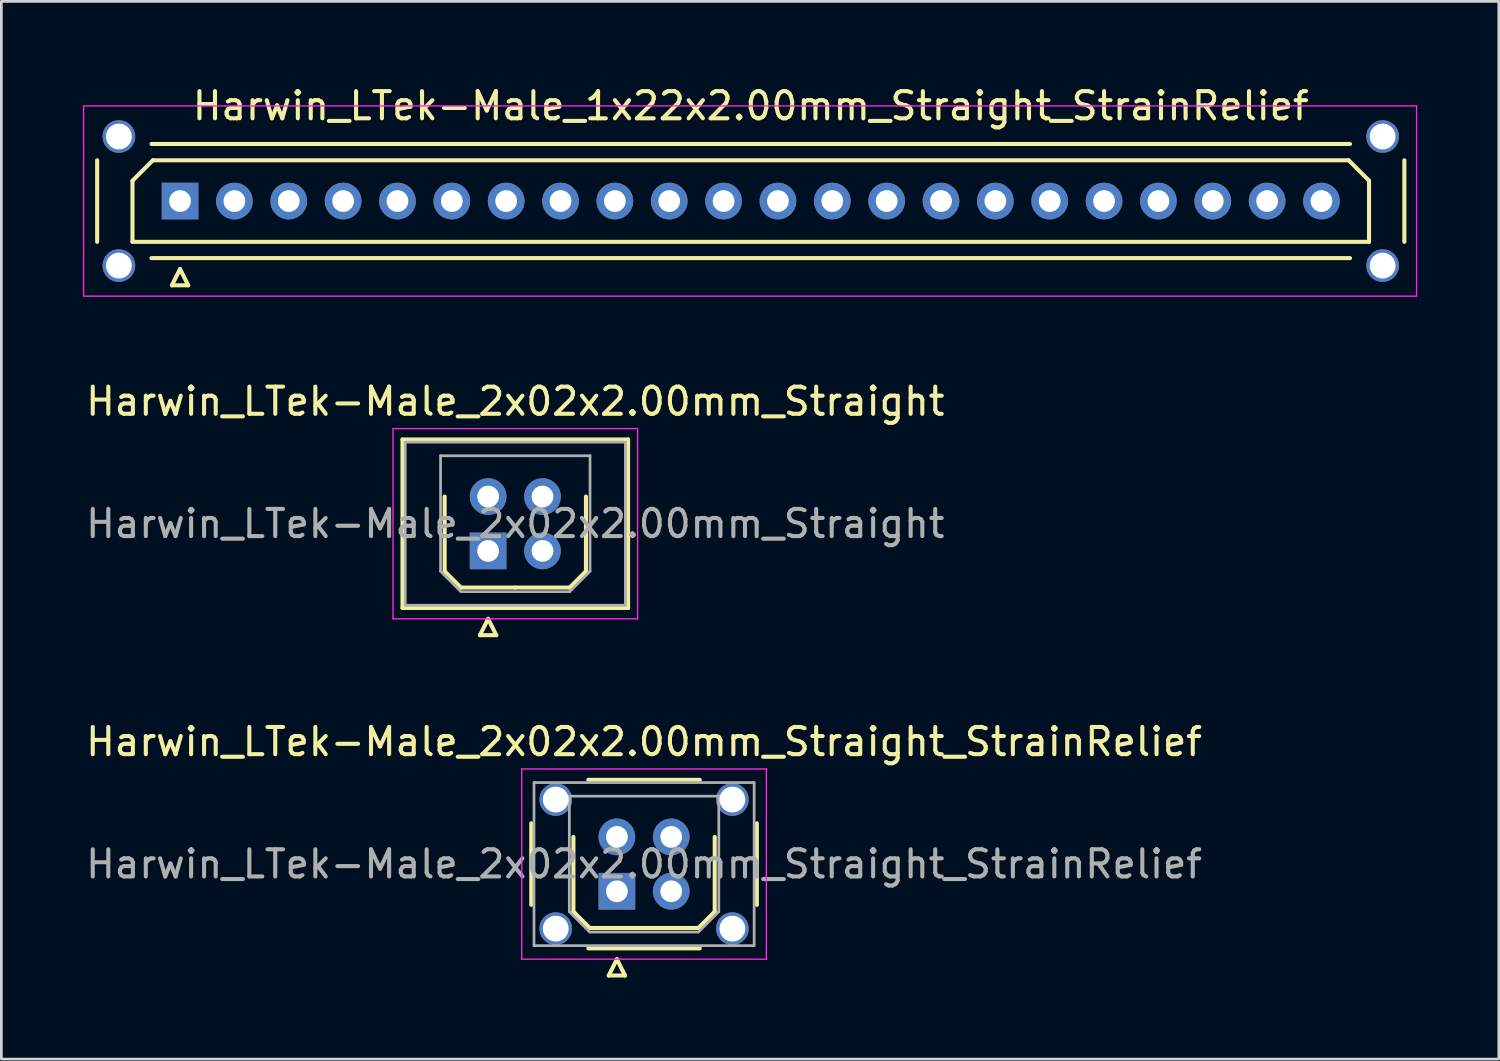
<source format=kicad_pcb>
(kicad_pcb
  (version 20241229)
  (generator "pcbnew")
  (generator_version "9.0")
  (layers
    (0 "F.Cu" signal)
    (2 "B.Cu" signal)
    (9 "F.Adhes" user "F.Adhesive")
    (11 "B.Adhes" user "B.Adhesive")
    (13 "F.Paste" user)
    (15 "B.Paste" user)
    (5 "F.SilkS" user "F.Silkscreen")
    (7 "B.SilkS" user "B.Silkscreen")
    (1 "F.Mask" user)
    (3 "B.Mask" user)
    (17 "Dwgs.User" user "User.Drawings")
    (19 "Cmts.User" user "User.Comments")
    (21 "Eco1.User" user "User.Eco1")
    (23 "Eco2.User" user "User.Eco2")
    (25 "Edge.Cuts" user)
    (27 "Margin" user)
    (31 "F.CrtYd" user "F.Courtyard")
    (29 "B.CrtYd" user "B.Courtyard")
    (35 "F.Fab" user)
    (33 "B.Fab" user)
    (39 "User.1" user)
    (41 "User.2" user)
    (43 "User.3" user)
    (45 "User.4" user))
  (footprint "Harwin_LTek-Male_1x22x2.00mm_Straight_StrainRelief"
    (layer "F.Cu")
    (at 3.575 4.348)
    (property "Reference" "Harwin_LTek-Male_1x22x2.00mm_Straight_StrainRelief" (at 21 -3.5 0) (layer "F.SilkS") (effects (font (size 1 1) (thickness 0.15))))
    (attr through_hole)
    (fp_line (start -3.05 -1.5) (end -3.05 1.5) (stroke (width 0.15) (type solid)) (layer "F.SilkS"))
    (fp_line (start -1.75 -0.75) (end -1 -1.5) (stroke (width 0.15) (type solid)) (layer "F.SilkS"))
    (fp_line (start -1.75 1.5) (end -1.75 -0.75) (stroke (width 0.15) (type solid)) (layer "F.SilkS"))
    (fp_line (start -1.05 -2.1) (end 43.05 -2.1) (stroke (width 0.15) (type solid)) (layer "F.SilkS"))
    (fp_line (start -1.05 2.1) (end 43.05 2.1) (stroke (width 0.15) (type solid)) (layer "F.SilkS"))
    (fp_line (start -1 -1.5) (end 43 -1.5) (stroke (width 0.15) (type solid)) (layer "F.SilkS"))
    (fp_line (start -0.3 3.1) (end 0.3 3.1) (stroke (width 0.15) (type solid)) (layer "F.SilkS"))
    (fp_line (start 0 2.5) (end -0.3 3.1) (stroke (width 0.15) (type solid)) (layer "F.SilkS"))
    (fp_line (start 0.3 3.1) (end 0 2.5) (stroke (width 0.15) (type solid)) (layer "F.SilkS"))
    (fp_line (start 43 -1.5) (end 43.75 -0.75) (stroke (width 0.15) (type solid)) (layer "F.SilkS"))
    (fp_line (start 43.75 -0.75) (end 43.75 1.5) (stroke (width 0.15) (type solid)) (layer "F.SilkS"))
    (fp_line (start 43.75 1.5) (end -1.75 1.5) (stroke (width 0.15) (type solid)) (layer "F.SilkS"))
    (fp_line (start 45.05 -1.5) (end 45.05 1.5) (stroke (width 0.15) (type solid)) (layer "F.SilkS"))
    (fp_line (start -3.55 -3.5) (end -3.55 3.5) (stroke (width 0.05) (type solid)) (layer "F.CrtYd"))
    (fp_line (start -3.55 3.5) (end 45.5 3.5) (stroke (width 0.05) (type solid)) (layer "F.CrtYd"))
    (fp_line (start 45.5 -3.5) (end -3.55 -3.5) (stroke (width 0.05) (type solid)) (layer "F.CrtYd"))
    (fp_line (start 45.5 3.5) (end 45.5 -3.5) (stroke (width 0.05) (type solid)) (layer "F.CrtYd"))
    (pad "" thru_hole circle (at -2.25 -2.375) (size 1.2 1.2) (drill 0.95) (layers "*.Cu" "*.Mask"))
    (pad "" thru_hole circle (at -2.25 2.375) (size 1.2 1.2) (drill 0.95) (layers "*.Cu" "*.Mask"))
    (pad "" thru_hole circle (at 44.25 -2.375) (size 1.2 1.2) (drill 0.95) (layers "*.Cu" "*.Mask"))
    (pad "" thru_hole circle (at 44.25 2.375) (size 1.2 1.2) (drill 0.95) (layers "*.Cu" "*.Mask"))
    (pad "1" thru_hole rect (at 0 0) (size 1.35 1.35) (drill 0.8) (layers "*.Cu" "*.Mask"))
    (pad "2" thru_hole circle (at 2 0) (size 1.35 1.35) (drill 0.8) (layers "*.Cu" "*.Mask"))
    (pad "3" thru_hole circle (at 4 0) (size 1.35 1.35) (drill 0.8) (layers "*.Cu" "*.Mask"))
    (pad "4" thru_hole circle (at 6 0) (size 1.35 1.35) (drill 0.8) (layers "*.Cu" "*.Mask"))
    (pad "5" thru_hole circle (at 8 0) (size 1.35 1.35) (drill 0.8) (layers "*.Cu" "*.Mask"))
    (pad "6" thru_hole circle (at 10 0) (size 1.35 1.35) (drill 0.8) (layers "*.Cu" "*.Mask"))
    (pad "7" thru_hole circle (at 12 0) (size 1.35 1.35) (drill 0.8) (layers "*.Cu" "*.Mask"))
    (pad "8" thru_hole circle (at 14 0) (size 1.35 1.35) (drill 0.8) (layers "*.Cu" "*.Mask"))
    (pad "9" thru_hole circle (at 16 0) (size 1.35 1.35) (drill 0.8) (layers "*.Cu" "*.Mask"))
    (pad "10" thru_hole circle (at 18 0) (size 1.35 1.35) (drill 0.8) (layers "*.Cu" "*.Mask"))
    (pad "11" thru_hole circle (at 20 0) (size 1.35 1.35) (drill 0.8) (layers "*.Cu" "*.Mask"))
    (pad "12" thru_hole circle (at 22 0) (size 1.35 1.35) (drill 0.8) (layers "*.Cu" "*.Mask"))
    (pad "13" thru_hole circle (at 24 0) (size 1.35 1.35) (drill 0.8) (layers "*.Cu" "*.Mask"))
    (pad "14" thru_hole circle (at 26 0) (size 1.35 1.35) (drill 0.8) (layers "*.Cu" "*.Mask"))
    (pad "15" thru_hole circle (at 28 0) (size 1.35 1.35) (drill 0.8) (layers "*.Cu" "*.Mask"))
    (pad "16" thru_hole circle (at 30 0) (size 1.35 1.35) (drill 0.8) (layers "*.Cu" "*.Mask"))
    (pad "17" thru_hole circle (at 32 0) (size 1.35 1.35) (drill 0.8) (layers "*.Cu" "*.Mask"))
    (pad "18" thru_hole circle (at 34 0) (size 1.35 1.35) (drill 0.8) (layers "*.Cu" "*.Mask"))
    (pad "19" thru_hole circle (at 36 0) (size 1.35 1.35) (drill 0.8) (layers "*.Cu" "*.Mask"))
    (pad "20" thru_hole circle (at 38 0) (size 1.35 1.35) (drill 0.8) (layers "*.Cu" "*.Mask"))
    (pad "21" thru_hole circle (at 40 0) (size 1.35 1.35) (drill 0.8) (layers "*.Cu" "*.Mask"))
    (pad "22" thru_hole circle (at 42 0) (size 1.35 1.35) (drill 0.8) (layers "*.Cu" "*.Mask")))
  (footprint "Harwin_LTek-Male_2x02x2.00mm_Straight"
    (layer "F.Cu")
    (at 14.911 17.221)
    (property "Reference" "Harwin_LTek-Male_2x02x2.00mm_Straight" (at 1 -5.5 0) (layer "F.SilkS") (effects (font (size 1 1) (thickness 0.15))))
    (attr through_hole)
    (fp_line (start -3.15 -4.1) (end -3.15 2.1) (stroke (width 0.15) (type solid)) (layer "F.SilkS"))
    (fp_line (start -3.15 2.1) (end 5.15 2.1) (stroke (width 0.15) (type solid)) (layer "F.SilkS"))
    (fp_line (start -1.6 -2) (end -1.6 0.75) (stroke (width 0.15) (type solid)) (layer "F.SilkS"))
    (fp_line (start -1.6 0.75) (end -1 1.35) (stroke (width 0.15) (type solid)) (layer "F.SilkS"))
    (fp_line (start -1 1.35) (end 1 1.35) (stroke (width 0.15) (type solid)) (layer "F.SilkS"))
    (fp_line (start -0.3 3.1) (end 0.3 3.1) (stroke (width 0.15) (type solid)) (layer "F.SilkS"))
    (fp_line (start 0 2.5) (end -0.3 3.1) (stroke (width 0.15) (type solid)) (layer "F.SilkS"))
    (fp_line (start 0.3 3.1) (end 0 2.5) (stroke (width 0.15) (type solid)) (layer "F.SilkS"))
    (fp_line (start 3 1.35) (end 1 1.35) (stroke (width 0.15) (type solid)) (layer "F.SilkS"))
    (fp_line (start 3.6 -2) (end 3.6 0.75) (stroke (width 0.15) (type solid)) (layer "F.SilkS"))
    (fp_line (start 3.6 0.75) (end 3 1.35) (stroke (width 0.15) (type solid)) (layer "F.SilkS"))
    (fp_line (start 5.15 -4.1) (end -3.15 -4.1) (stroke (width 0.15) (type solid)) (layer "F.SilkS"))
    (fp_line (start 5.15 2.1) (end 5.15 -4.1) (stroke (width 0.15) (type solid)) (layer "F.SilkS"))
    (fp_line (start -3.5 -4.5) (end -3.5 2.5) (stroke (width 0.05) (type solid)) (layer "F.CrtYd"))
    (fp_line (start -3.5 2.5) (end 5.5 2.5) (stroke (width 0.05) (type solid)) (layer "F.CrtYd"))
    (fp_line (start 5.5 -4.5) (end -3.5 -4.5) (stroke (width 0.05) (type solid)) (layer "F.CrtYd"))
    (fp_line (start 5.5 2.5) (end 5.5 -4.5) (stroke (width 0.05) (type solid)) (layer "F.CrtYd"))
    (fp_line (start -3.05 -4) (end -3.05 2) (stroke (width 0.1) (type solid)) (layer "F.Fab"))
    (fp_line (start -3.05 2) (end 5.05 2) (stroke (width 0.1) (type solid)) (layer "F.Fab"))
    (fp_line (start -1.75 -3.5) (end 3.75 -3.5) (stroke (width 0.1) (type solid)) (layer "F.Fab"))
    (fp_line (start -1.75 0.75) (end -1.75 -3.5) (stroke (width 0.1) (type solid)) (layer "F.Fab"))
    (fp_line (start -1 1.5) (end -1.75 0.75) (stroke (width 0.1) (type solid)) (layer "F.Fab"))
    (fp_line (start 3 1.5) (end -1 1.5) (stroke (width 0.1) (type solid)) (layer "F.Fab"))
    (fp_line (start 3.75 -3.5) (end 3.75 0.75) (stroke (width 0.1) (type solid)) (layer "F.Fab"))
    (fp_line (start 3.75 0.75) (end 3 1.5) (stroke (width 0.1) (type solid)) (layer "F.Fab"))
    (fp_line (start 5.05 -4) (end -3.05 -4) (stroke (width 0.1) (type solid)) (layer "F.Fab"))
    (fp_line (start 5.05 2) (end 5.05 -4) (stroke (width 0.1) (type solid)) (layer "F.Fab"))
    (fp_text user "${REFERENCE}" (at 1 -1 0) (layer "F.Fab") (effects (font (size 1 1) (thickness 0.15))))
    (pad "1" thru_hole rect (at 0 0) (size 1.35 1.35) (drill 0.8) (layers "*.Cu" "*.Mask"))
    (pad "2" thru_hole circle (at 2 0) (size 1.35 1.35) (drill 0.8) (layers "*.Cu" "*.Mask"))
    (pad "3" thru_hole circle (at 0 -2) (size 1.35 1.35) (drill 0.8) (layers "*.Cu" "*.Mask"))
    (pad "4" thru_hole circle (at 2 -2) (size 1.35 1.35) (drill 0.8) (layers "*.Cu" "*.Mask")))
  (footprint "Harwin_LTek-Male_2x02x2.00mm_Straight_StrainRelief"
    (layer "F.Cu")
    (at 19.649 29.745)
    (property "Reference" "Harwin_LTek-Male_2x02x2.00mm_Straight_StrainRelief" (at 1 -5.5 0) (layer "F.SilkS") (effects (font (size 1 1) (thickness 0.15))))
    (attr through_hole)
    (fp_line (start -3.15 -2.5) (end -3.15 0.5) (stroke (width 0.15) (type solid)) (layer "F.SilkS"))
    (fp_line (start -1.6 -2) (end -1.6 0.75) (stroke (width 0.15) (type solid)) (layer "F.SilkS"))
    (fp_line (start -1.6 0.75) (end -1 1.35) (stroke (width 0.15) (type solid)) (layer "F.SilkS"))
    (fp_line (start -1.05 -4.1) (end 3.05 -4.1) (stroke (width 0.15) (type solid)) (layer "F.SilkS"))
    (fp_line (start -1.05 2.1) (end 3.05 2.1) (stroke (width 0.15) (type solid)) (layer "F.SilkS"))
    (fp_line (start -1 1.35) (end 1 1.35) (stroke (width 0.15) (type solid)) (layer "F.SilkS"))
    (fp_line (start -0.3 3.1) (end 0.3 3.1) (stroke (width 0.15) (type solid)) (layer "F.SilkS"))
    (fp_line (start 0 2.5) (end -0.3 3.1) (stroke (width 0.15) (type solid)) (layer "F.SilkS"))
    (fp_line (start 0.3 3.1) (end 0 2.5) (stroke (width 0.15) (type solid)) (layer "F.SilkS"))
    (fp_line (start 3 1.35) (end 1 1.35) (stroke (width 0.15) (type solid)) (layer "F.SilkS"))
    (fp_line (start 3.6 -2) (end 3.6 0.75) (stroke (width 0.15) (type solid)) (layer "F.SilkS"))
    (fp_line (start 3.6 0.75) (end 3 1.35) (stroke (width 0.15) (type solid)) (layer "F.SilkS"))
    (fp_line (start 5.15 -2.5) (end 5.15 0.5) (stroke (width 0.15) (type solid)) (layer "F.SilkS"))
    (fp_line (start -3.5 -4.5) (end -3.5 2.5) (stroke (width 0.05) (type solid)) (layer "F.CrtYd"))
    (fp_line (start -3.5 2.5) (end 5.5 2.5) (stroke (width 0.05) (type solid)) (layer "F.CrtYd"))
    (fp_line (start 5.5 -4.5) (end -3.5 -4.5) (stroke (width 0.05) (type solid)) (layer "F.CrtYd"))
    (fp_line (start 5.5 2.5) (end 5.5 -4.5) (stroke (width 0.05) (type solid)) (layer "F.CrtYd"))
    (fp_line (start -3.05 -4) (end -3.05 2) (stroke (width 0.1) (type solid)) (layer "F.Fab"))
    (fp_line (start -3.05 2) (end 5.05 2) (stroke (width 0.1) (type solid)) (layer "F.Fab"))
    (fp_line (start -1.75 -3.5) (end 3.75 -3.5) (stroke (width 0.1) (type solid)) (layer "F.Fab"))
    (fp_line (start -1.75 0.75) (end -1.75 -3.5) (stroke (width 0.1) (type solid)) (layer "F.Fab"))
    (fp_line (start -1 1.5) (end -1.75 0.75) (stroke (width 0.1) (type solid)) (layer "F.Fab"))
    (fp_line (start 3 1.5) (end -1 1.5) (stroke (width 0.1) (type solid)) (layer "F.Fab"))
    (fp_line (start 3.75 -3.5) (end 3.75 0.75) (stroke (width 0.1) (type solid)) (layer "F.Fab"))
    (fp_line (start 3.75 0.75) (end 3 1.5) (stroke (width 0.1) (type solid)) (layer "F.Fab"))
    (fp_line (start 5.05 -4) (end -3.05 -4) (stroke (width 0.1) (type solid)) (layer "F.Fab"))
    (fp_line (start 5.05 2) (end 5.05 -4) (stroke (width 0.1) (type solid)) (layer "F.Fab"))
    (fp_text user "${REFERENCE}" (at 1 -1 0) (layer "F.Fab") (effects (font (size 1 1) (thickness 0.15))))
    (pad "" thru_hole circle (at -2.25 -3.375) (size 1.2 1.2) (drill 0.95) (layers "*.Cu" "*.Mask"))
    (pad "" thru_hole circle (at -2.25 1.375) (size 1.2 1.2) (drill 0.95) (layers "*.Cu" "*.Mask"))
    (pad "" thru_hole circle (at 4.25 -3.375) (size 1.2 1.2) (drill 0.95) (layers "*.Cu" "*.Mask"))
    (pad "" thru_hole circle (at 4.25 1.375) (size 1.2 1.2) (drill 0.95) (layers "*.Cu" "*.Mask"))
    (pad "1" thru_hole rect (at 0 0) (size 1.35 1.35) (drill 0.8) (layers "*.Cu" "*.Mask"))
    (pad "2" thru_hole circle (at 0 -2) (size 1.35 1.35) (drill 0.8) (layers "*.Cu" "*.Mask"))
    (pad "3" thru_hole circle (at 2 0) (size 1.35 1.35) (drill 0.8) (layers "*.Cu" "*.Mask"))
    (pad "4" thru_hole circle (at 2 -2) (size 1.35 1.35) (drill 0.8) (layers "*.Cu" "*.Mask")))
  (gr_rect
    (start -3 -3)
    (end 52.1 35.92)
    (stroke (width 0.1) (type default))
    (fill no)
    (layer "Edge.Cuts")))
</source>
